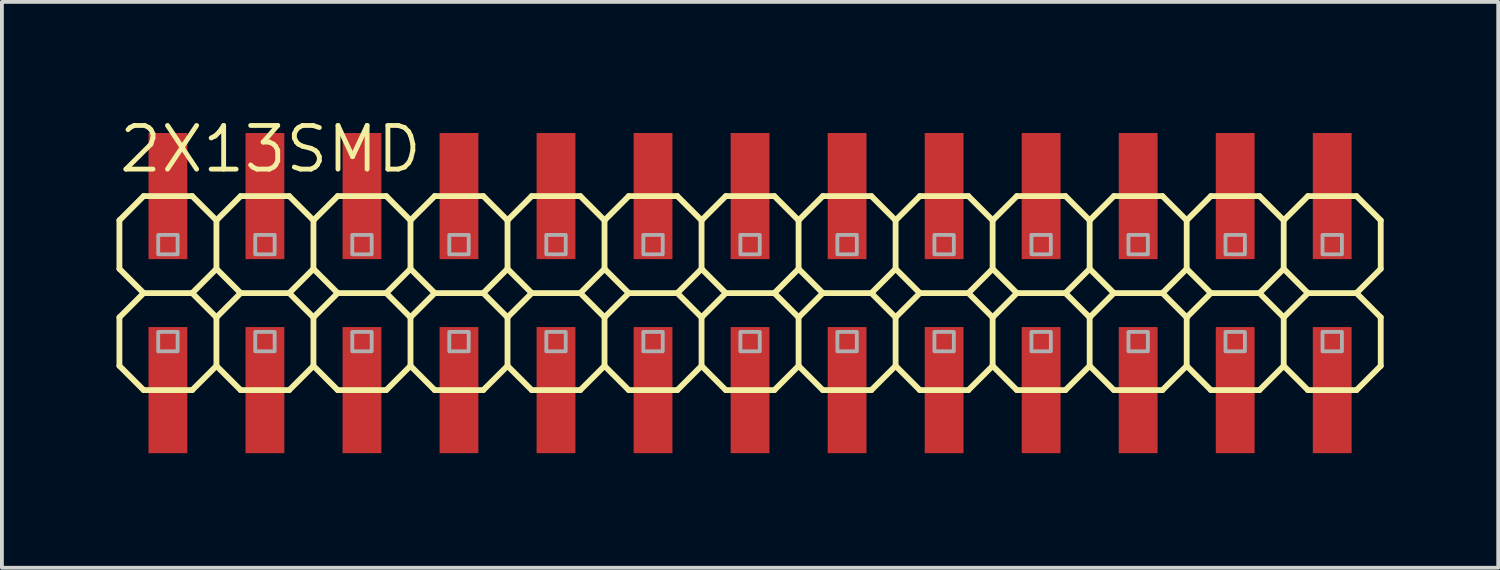
<source format=kicad_pcb>
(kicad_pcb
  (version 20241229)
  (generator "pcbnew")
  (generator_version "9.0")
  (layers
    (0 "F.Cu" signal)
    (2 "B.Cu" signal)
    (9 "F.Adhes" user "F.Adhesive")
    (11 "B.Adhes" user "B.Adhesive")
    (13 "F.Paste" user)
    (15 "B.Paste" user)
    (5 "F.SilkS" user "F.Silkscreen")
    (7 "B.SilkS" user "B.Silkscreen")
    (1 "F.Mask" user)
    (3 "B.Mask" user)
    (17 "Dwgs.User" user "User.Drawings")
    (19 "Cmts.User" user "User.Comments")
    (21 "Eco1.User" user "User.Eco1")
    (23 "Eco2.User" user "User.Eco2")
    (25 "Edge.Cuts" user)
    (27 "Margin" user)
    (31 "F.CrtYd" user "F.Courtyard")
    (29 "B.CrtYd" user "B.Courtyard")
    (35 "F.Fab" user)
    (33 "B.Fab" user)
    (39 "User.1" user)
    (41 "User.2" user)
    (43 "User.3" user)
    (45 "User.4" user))
  (footprint "2X13SMD"
    (layer "F.Cu")
    (at 2.616 3.353)
    (property "Reference" "2X13SMD" (at -2.616 -1.829 0) (layer "F.SilkS") (effects (font (size 1.143 1.143) (thickness 0.127)) (justify left bottom)))
    (fp_line (start -2.54 -0.635) (end -2.54 0.635) (stroke (width 0.152) (type solid)) (layer "F.SilkS"))
    (fp_line (start -2.54 0.635) (end -1.905 1.27) (stroke (width 0.152) (type solid)) (layer "F.SilkS"))
    (fp_line (start -2.54 1.905) (end -2.54 3.175) (stroke (width 0.152) (type solid)) (layer "F.SilkS"))
    (fp_line (start -2.54 3.175) (end -1.905 3.81) (stroke (width 0.152) (type solid)) (layer "F.SilkS"))
    (fp_line (start -1.905 -1.27) (end -2.54 -0.635) (stroke (width 0.152) (type solid)) (layer "F.SilkS"))
    (fp_line (start -1.905 -1.27) (end -0.635 -1.27) (stroke (width 0.152) (type solid)) (layer "F.SilkS"))
    (fp_line (start -1.905 1.27) (end -2.54 1.905) (stroke (width 0.152) (type solid)) (layer "F.SilkS"))
    (fp_line (start -0.635 -1.27) (end 0 -0.635) (stroke (width 0.152) (type solid)) (layer "F.SilkS"))
    (fp_line (start -0.635 1.27) (end -1.905 1.27) (stroke (width 0.152) (type solid)) (layer "F.SilkS"))
    (fp_line (start -0.635 1.27) (end 0 1.905) (stroke (width 0.152) (type solid)) (layer "F.SilkS"))
    (fp_line (start -0.635 3.81) (end -1.905 3.81) (stroke (width 0.152) (type solid)) (layer "F.SilkS"))
    (fp_line (start 0 -0.635) (end 0 0.635) (stroke (width 0.152) (type solid)) (layer "F.SilkS"))
    (fp_line (start 0 -0.635) (end 0.635 -1.27) (stroke (width 0.152) (type solid)) (layer "F.SilkS"))
    (fp_line (start 0 0.635) (end -0.635 1.27) (stroke (width 0.152) (type solid)) (layer "F.SilkS"))
    (fp_line (start 0 1.905) (end 0 3.175) (stroke (width 0.152) (type solid)) (layer "F.SilkS"))
    (fp_line (start 0 1.905) (end 0.635 1.27) (stroke (width 0.152) (type solid)) (layer "F.SilkS"))
    (fp_line (start 0 3.175) (end -0.635 3.81) (stroke (width 0.152) (type solid)) (layer "F.SilkS"))
    (fp_line (start 0.635 -1.27) (end 1.905 -1.27) (stroke (width 0.152) (type solid)) (layer "F.SilkS"))
    (fp_line (start 0.635 1.27) (end 0 0.635) (stroke (width 0.152) (type solid)) (layer "F.SilkS"))
    (fp_line (start 0.635 1.27) (end 1.905 1.27) (stroke (width 0.152) (type solid)) (layer "F.SilkS"))
    (fp_line (start 0.635 3.81) (end 0 3.175) (stroke (width 0.152) (type solid)) (layer "F.SilkS"))
    (fp_line (start 0.635 3.81) (end 1.905 3.81) (stroke (width 0.152) (type solid)) (layer "F.SilkS"))
    (fp_line (start 1.905 -1.27) (end 2.54 -0.635) (stroke (width 0.152) (type solid)) (layer "F.SilkS"))
    (fp_line (start 1.905 1.27) (end 2.54 1.905) (stroke (width 0.152) (type solid)) (layer "F.SilkS"))
    (fp_line (start 2.54 -0.635) (end 2.54 0.635) (stroke (width 0.152) (type solid)) (layer "F.SilkS"))
    (fp_line (start 2.54 -0.635) (end 3.175 -1.27) (stroke (width 0.152) (type solid)) (layer "F.SilkS"))
    (fp_line (start 2.54 0.635) (end 1.905 1.27) (stroke (width 0.152) (type solid)) (layer "F.SilkS"))
    (fp_line (start 2.54 1.905) (end 2.54 3.175) (stroke (width 0.152) (type solid)) (layer "F.SilkS"))
    (fp_line (start 2.54 1.905) (end 3.175 1.27) (stroke (width 0.152) (type solid)) (layer "F.SilkS"))
    (fp_line (start 2.54 3.175) (end 1.905 3.81) (stroke (width 0.152) (type solid)) (layer "F.SilkS"))
    (fp_line (start 3.175 -1.27) (end 4.445 -1.27) (stroke (width 0.152) (type solid)) (layer "F.SilkS"))
    (fp_line (start 3.175 1.27) (end 2.54 0.635) (stroke (width 0.152) (type solid)) (layer "F.SilkS"))
    (fp_line (start 3.175 1.27) (end 4.445 1.27) (stroke (width 0.152) (type solid)) (layer "F.SilkS"))
    (fp_line (start 3.175 3.81) (end 2.54 3.175) (stroke (width 0.152) (type solid)) (layer "F.SilkS"))
    (fp_line (start 3.175 3.81) (end 4.445 3.81) (stroke (width 0.152) (type solid)) (layer "F.SilkS"))
    (fp_line (start 4.445 -1.27) (end 5.08 -0.635) (stroke (width 0.152) (type solid)) (layer "F.SilkS"))
    (fp_line (start 4.445 1.27) (end 5.08 1.905) (stroke (width 0.152) (type solid)) (layer "F.SilkS"))
    (fp_line (start 5.08 -0.635) (end 5.08 0.635) (stroke (width 0.152) (type solid)) (layer "F.SilkS"))
    (fp_line (start 5.08 -0.635) (end 5.715 -1.27) (stroke (width 0.152) (type solid)) (layer "F.SilkS"))
    (fp_line (start 5.08 0.635) (end 4.445 1.27) (stroke (width 0.152) (type solid)) (layer "F.SilkS"))
    (fp_line (start 5.08 1.905) (end 5.08 3.175) (stroke (width 0.152) (type solid)) (layer "F.SilkS"))
    (fp_line (start 5.08 1.905) (end 5.715 1.27) (stroke (width 0.152) (type solid)) (layer "F.SilkS"))
    (fp_line (start 5.08 3.175) (end 4.445 3.81) (stroke (width 0.152) (type solid)) (layer "F.SilkS"))
    (fp_line (start 5.715 -1.27) (end 6.985 -1.27) (stroke (width 0.152) (type solid)) (layer "F.SilkS"))
    (fp_line (start 5.715 1.27) (end 5.08 0.635) (stroke (width 0.152) (type solid)) (layer "F.SilkS"))
    (fp_line (start 5.715 1.27) (end 6.985 1.27) (stroke (width 0.152) (type solid)) (layer "F.SilkS"))
    (fp_line (start 5.715 3.81) (end 5.08 3.175) (stroke (width 0.152) (type solid)) (layer "F.SilkS"))
    (fp_line (start 5.715 3.81) (end 6.985 3.81) (stroke (width 0.152) (type solid)) (layer "F.SilkS"))
    (fp_line (start 6.985 -1.27) (end 7.62 -0.635) (stroke (width 0.152) (type solid)) (layer "F.SilkS"))
    (fp_line (start 6.985 1.27) (end 7.62 1.905) (stroke (width 0.152) (type solid)) (layer "F.SilkS"))
    (fp_line (start 7.62 -0.635) (end 7.62 0.635) (stroke (width 0.152) (type solid)) (layer "F.SilkS"))
    (fp_line (start 7.62 -0.635) (end 8.255 -1.27) (stroke (width 0.152) (type solid)) (layer "F.SilkS"))
    (fp_line (start 7.62 0.635) (end 6.985 1.27) (stroke (width 0.152) (type solid)) (layer "F.SilkS"))
    (fp_line (start 7.62 1.905) (end 7.62 3.175) (stroke (width 0.152) (type solid)) (layer "F.SilkS"))
    (fp_line (start 7.62 1.905) (end 8.255 1.27) (stroke (width 0.152) (type solid)) (layer "F.SilkS"))
    (fp_line (start 7.62 3.175) (end 6.985 3.81) (stroke (width 0.152) (type solid)) (layer "F.SilkS"))
    (fp_line (start 8.255 -1.27) (end 9.525 -1.27) (stroke (width 0.152) (type solid)) (layer "F.SilkS"))
    (fp_line (start 8.255 1.27) (end 7.62 0.635) (stroke (width 0.152) (type solid)) (layer "F.SilkS"))
    (fp_line (start 8.255 1.27) (end 9.525 1.27) (stroke (width 0.152) (type solid)) (layer "F.SilkS"))
    (fp_line (start 8.255 3.81) (end 7.62 3.175) (stroke (width 0.152) (type solid)) (layer "F.SilkS"))
    (fp_line (start 8.255 3.81) (end 9.525 3.81) (stroke (width 0.152) (type solid)) (layer "F.SilkS"))
    (fp_line (start 9.525 -1.27) (end 10.16 -0.635) (stroke (width 0.152) (type solid)) (layer "F.SilkS"))
    (fp_line (start 9.525 1.27) (end 10.16 1.905) (stroke (width 0.152) (type solid)) (layer "F.SilkS"))
    (fp_line (start 10.16 -0.635) (end 10.16 0.635) (stroke (width 0.152) (type solid)) (layer "F.SilkS"))
    (fp_line (start 10.16 -0.635) (end 10.795 -1.27) (stroke (width 0.152) (type solid)) (layer "F.SilkS"))
    (fp_line (start 10.16 0.635) (end 9.525 1.27) (stroke (width 0.152) (type solid)) (layer "F.SilkS"))
    (fp_line (start 10.16 1.905) (end 10.16 3.175) (stroke (width 0.152) (type solid)) (layer "F.SilkS"))
    (fp_line (start 10.16 1.905) (end 10.795 1.27) (stroke (width 0.152) (type solid)) (layer "F.SilkS"))
    (fp_line (start 10.16 3.175) (end 9.525 3.81) (stroke (width 0.152) (type solid)) (layer "F.SilkS"))
    (fp_line (start 10.795 1.27) (end 10.16 0.635) (stroke (width 0.152) (type solid)) (layer "F.SilkS"))
    (fp_line (start 10.795 1.27) (end 12.065 1.27) (stroke (width 0.152) (type solid)) (layer "F.SilkS"))
    (fp_line (start 10.795 3.81) (end 10.16 3.175) (stroke (width 0.152) (type solid)) (layer "F.SilkS"))
    (fp_line (start 10.795 3.81) (end 12.065 3.81) (stroke (width 0.152) (type solid)) (layer "F.SilkS"))
    (fp_line (start 12.065 -1.27) (end 10.795 -1.27) (stroke (width 0.152) (type solid)) (layer "F.SilkS"))
    (fp_line (start 12.065 -1.27) (end 12.7 -0.635) (stroke (width 0.152) (type solid)) (layer "F.SilkS"))
    (fp_line (start 12.065 1.27) (end 12.7 1.905) (stroke (width 0.152) (type solid)) (layer "F.SilkS"))
    (fp_line (start 12.7 -0.635) (end 12.7 0.635) (stroke (width 0.152) (type solid)) (layer "F.SilkS"))
    (fp_line (start 12.7 -0.635) (end 13.335 -1.27) (stroke (width 0.152) (type solid)) (layer "F.SilkS"))
    (fp_line (start 12.7 0.635) (end 12.065 1.27) (stroke (width 0.152) (type solid)) (layer "F.SilkS"))
    (fp_line (start 12.7 1.905) (end 12.7 3.175) (stroke (width 0.152) (type solid)) (layer "F.SilkS"))
    (fp_line (start 12.7 1.905) (end 13.335 1.27) (stroke (width 0.152) (type solid)) (layer "F.SilkS"))
    (fp_line (start 12.7 3.175) (end 12.065 3.81) (stroke (width 0.152) (type solid)) (layer "F.SilkS"))
    (fp_line (start 13.335 1.27) (end 12.7 0.635) (stroke (width 0.152) (type solid)) (layer "F.SilkS"))
    (fp_line (start 13.335 1.27) (end 14.605 1.27) (stroke (width 0.152) (type solid)) (layer "F.SilkS"))
    (fp_line (start 13.335 3.81) (end 12.7 3.175) (stroke (width 0.152) (type solid)) (layer "F.SilkS"))
    (fp_line (start 13.335 3.81) (end 14.605 3.81) (stroke (width 0.152) (type solid)) (layer "F.SilkS"))
    (fp_line (start 14.605 -1.27) (end 13.335 -1.27) (stroke (width 0.152) (type solid)) (layer "F.SilkS"))
    (fp_line (start 14.605 -1.27) (end 15.24 -0.635) (stroke (width 0.152) (type solid)) (layer "F.SilkS"))
    (fp_line (start 14.605 1.27) (end 15.24 1.905) (stroke (width 0.152) (type solid)) (layer "F.SilkS"))
    (fp_line (start 15.24 -0.635) (end 15.24 0.635) (stroke (width 0.152) (type solid)) (layer "F.SilkS"))
    (fp_line (start 15.24 -0.635) (end 15.875 -1.27) (stroke (width 0.152) (type solid)) (layer "F.SilkS"))
    (fp_line (start 15.24 0.635) (end 14.605 1.27) (stroke (width 0.152) (type solid)) (layer "F.SilkS"))
    (fp_line (start 15.24 1.905) (end 15.24 3.175) (stroke (width 0.152) (type solid)) (layer "F.SilkS"))
    (fp_line (start 15.24 1.905) (end 15.875 1.27) (stroke (width 0.152) (type solid)) (layer "F.SilkS"))
    (fp_line (start 15.24 3.175) (end 14.605 3.81) (stroke (width 0.152) (type solid)) (layer "F.SilkS"))
    (fp_line (start 15.875 1.27) (end 15.24 0.635) (stroke (width 0.152) (type solid)) (layer "F.SilkS"))
    (fp_line (start 15.875 1.27) (end 17.145 1.27) (stroke (width 0.152) (type solid)) (layer "F.SilkS"))
    (fp_line (start 15.875 3.81) (end 15.24 3.175) (stroke (width 0.152) (type solid)) (layer "F.SilkS"))
    (fp_line (start 15.875 3.81) (end 17.145 3.81) (stroke (width 0.152) (type solid)) (layer "F.SilkS"))
    (fp_line (start 17.145 -1.27) (end 15.875 -1.27) (stroke (width 0.152) (type solid)) (layer "F.SilkS"))
    (fp_line (start 17.145 -1.27) (end 17.78 -0.635) (stroke (width 0.152) (type solid)) (layer "F.SilkS"))
    (fp_line (start 17.145 1.27) (end 17.78 1.905) (stroke (width 0.152) (type solid)) (layer "F.SilkS"))
    (fp_line (start 17.78 -0.635) (end 17.78 0.635) (stroke (width 0.152) (type solid)) (layer "F.SilkS"))
    (fp_line (start 17.78 -0.635) (end 18.415 -1.27) (stroke (width 0.152) (type solid)) (layer "F.SilkS"))
    (fp_line (start 17.78 0.635) (end 17.145 1.27) (stroke (width 0.152) (type solid)) (layer "F.SilkS"))
    (fp_line (start 17.78 1.905) (end 17.78 3.175) (stroke (width 0.152) (type solid)) (layer "F.SilkS"))
    (fp_line (start 17.78 1.905) (end 18.415 1.27) (stroke (width 0.152) (type solid)) (layer "F.SilkS"))
    (fp_line (start 17.78 3.175) (end 17.145 3.81) (stroke (width 0.152) (type solid)) (layer "F.SilkS"))
    (fp_line (start 18.415 1.27) (end 17.78 0.635) (stroke (width 0.152) (type solid)) (layer "F.SilkS"))
    (fp_line (start 18.415 1.27) (end 19.685 1.27) (stroke (width 0.152) (type solid)) (layer "F.SilkS"))
    (fp_line (start 18.415 3.81) (end 17.78 3.175) (stroke (width 0.152) (type solid)) (layer "F.SilkS"))
    (fp_line (start 18.415 3.81) (end 19.685 3.81) (stroke (width 0.152) (type solid)) (layer "F.SilkS"))
    (fp_line (start 19.685 -1.27) (end 18.415 -1.27) (stroke (width 0.152) (type solid)) (layer "F.SilkS"))
    (fp_line (start 19.685 -1.27) (end 20.32 -0.635) (stroke (width 0.152) (type solid)) (layer "F.SilkS"))
    (fp_line (start 19.685 1.27) (end 20.32 1.905) (stroke (width 0.152) (type solid)) (layer "F.SilkS"))
    (fp_line (start 20.32 -0.635) (end 20.32 0.635) (stroke (width 0.152) (type solid)) (layer "F.SilkS"))
    (fp_line (start 20.32 -0.635) (end 20.955 -1.27) (stroke (width 0.152) (type solid)) (layer "F.SilkS"))
    (fp_line (start 20.32 0.635) (end 19.685 1.27) (stroke (width 0.152) (type solid)) (layer "F.SilkS"))
    (fp_line (start 20.32 1.905) (end 20.32 3.175) (stroke (width 0.152) (type solid)) (layer "F.SilkS"))
    (fp_line (start 20.32 1.905) (end 20.955 1.27) (stroke (width 0.152) (type solid)) (layer "F.SilkS"))
    (fp_line (start 20.32 3.175) (end 19.685 3.81) (stroke (width 0.152) (type solid)) (layer "F.SilkS"))
    (fp_line (start 20.955 1.27) (end 20.32 0.635) (stroke (width 0.152) (type solid)) (layer "F.SilkS"))
    (fp_line (start 20.955 1.27) (end 22.225 1.27) (stroke (width 0.152) (type solid)) (layer "F.SilkS"))
    (fp_line (start 20.955 3.81) (end 20.32 3.175) (stroke (width 0.152) (type solid)) (layer "F.SilkS"))
    (fp_line (start 20.955 3.81) (end 22.225 3.81) (stroke (width 0.152) (type solid)) (layer "F.SilkS"))
    (fp_line (start 22.225 -1.27) (end 20.955 -1.27) (stroke (width 0.152) (type solid)) (layer "F.SilkS"))
    (fp_line (start 22.225 -1.27) (end 22.86 -0.635) (stroke (width 0.152) (type solid)) (layer "F.SilkS"))
    (fp_line (start 22.225 1.27) (end 22.86 1.905) (stroke (width 0.152) (type solid)) (layer "F.SilkS"))
    (fp_line (start 22.86 -0.635) (end 22.86 0.635) (stroke (width 0.152) (type solid)) (layer "F.SilkS"))
    (fp_line (start 22.86 -0.635) (end 23.495 -1.27) (stroke (width 0.152) (type solid)) (layer "F.SilkS"))
    (fp_line (start 22.86 0.635) (end 22.225 1.27) (stroke (width 0.152) (type solid)) (layer "F.SilkS"))
    (fp_line (start 22.86 1.905) (end 22.86 3.175) (stroke (width 0.152) (type solid)) (layer "F.SilkS"))
    (fp_line (start 22.86 1.905) (end 23.495 1.27) (stroke (width 0.152) (type solid)) (layer "F.SilkS"))
    (fp_line (start 22.86 3.175) (end 22.225 3.81) (stroke (width 0.152) (type solid)) (layer "F.SilkS"))
    (fp_line (start 23.495 -1.27) (end 24.765 -1.27) (stroke (width 0.152) (type solid)) (layer "F.SilkS"))
    (fp_line (start 23.495 1.27) (end 22.86 0.635) (stroke (width 0.152) (type solid)) (layer "F.SilkS"))
    (fp_line (start 23.495 1.27) (end 24.765 1.27) (stroke (width 0.152) (type solid)) (layer "F.SilkS"))
    (fp_line (start 23.495 3.81) (end 22.86 3.175) (stroke (width 0.152) (type solid)) (layer "F.SilkS"))
    (fp_line (start 23.495 3.81) (end 24.765 3.81) (stroke (width 0.152) (type solid)) (layer "F.SilkS"))
    (fp_line (start 24.765 -1.27) (end 25.4 -0.635) (stroke (width 0.152) (type solid)) (layer "F.SilkS"))
    (fp_line (start 24.765 1.27) (end 25.4 1.905) (stroke (width 0.152) (type solid)) (layer "F.SilkS"))
    (fp_line (start 25.4 -0.635) (end 25.4 0.635) (stroke (width 0.152) (type solid)) (layer "F.SilkS"))
    (fp_line (start 25.4 -0.635) (end 26.035 -1.27) (stroke (width 0.152) (type solid)) (layer "F.SilkS"))
    (fp_line (start 25.4 0.635) (end 24.765 1.27) (stroke (width 0.152) (type solid)) (layer "F.SilkS"))
    (fp_line (start 25.4 1.905) (end 25.4 3.175) (stroke (width 0.152) (type solid)) (layer "F.SilkS"))
    (fp_line (start 25.4 1.905) (end 26.035 1.27) (stroke (width 0.152) (type solid)) (layer "F.SilkS"))
    (fp_line (start 25.4 3.175) (end 24.765 3.81) (stroke (width 0.152) (type solid)) (layer "F.SilkS"))
    (fp_line (start 26.035 -1.27) (end 27.305 -1.27) (stroke (width 0.152) (type solid)) (layer "F.SilkS"))
    (fp_line (start 26.035 1.27) (end 25.4 0.635) (stroke (width 0.152) (type solid)) (layer "F.SilkS"))
    (fp_line (start 26.035 1.27) (end 27.305 1.27) (stroke (width 0.152) (type solid)) (layer "F.SilkS"))
    (fp_line (start 26.035 3.81) (end 25.4 3.175) (stroke (width 0.152) (type solid)) (layer "F.SilkS"))
    (fp_line (start 26.035 3.81) (end 27.305 3.81) (stroke (width 0.152) (type solid)) (layer "F.SilkS"))
    (fp_line (start 27.305 -1.27) (end 27.94 -0.635) (stroke (width 0.152) (type solid)) (layer "F.SilkS"))
    (fp_line (start 27.305 1.27) (end 27.94 1.905) (stroke (width 0.152) (type solid)) (layer "F.SilkS"))
    (fp_line (start 27.94 -0.635) (end 27.94 0.635) (stroke (width 0.152) (type solid)) (layer "F.SilkS"))
    (fp_line (start 27.94 -0.635) (end 28.575 -1.27) (stroke (width 0.152) (type solid)) (layer "F.SilkS"))
    (fp_line (start 27.94 0.635) (end 27.305 1.27) (stroke (width 0.152) (type solid)) (layer "F.SilkS"))
    (fp_line (start 27.94 1.905) (end 27.94 3.175) (stroke (width 0.152) (type solid)) (layer "F.SilkS"))
    (fp_line (start 27.94 1.905) (end 28.575 1.27) (stroke (width 0.152) (type solid)) (layer "F.SilkS"))
    (fp_line (start 27.94 3.175) (end 27.305 3.81) (stroke (width 0.152) (type solid)) (layer "F.SilkS"))
    (fp_line (start 28.575 -1.27) (end 29.845 -1.27) (stroke (width 0.152) (type solid)) (layer "F.SilkS"))
    (fp_line (start 28.575 1.27) (end 27.94 0.635) (stroke (width 0.152) (type solid)) (layer "F.SilkS"))
    (fp_line (start 28.575 1.27) (end 29.845 1.27) (stroke (width 0.152) (type solid)) (layer "F.SilkS"))
    (fp_line (start 28.575 3.81) (end 27.94 3.175) (stroke (width 0.152) (type solid)) (layer "F.SilkS"))
    (fp_line (start 28.575 3.81) (end 29.845 3.81) (stroke (width 0.152) (type solid)) (layer "F.SilkS"))
    (fp_line (start 29.845 -1.27) (end 30.48 -0.635) (stroke (width 0.152) (type solid)) (layer "F.SilkS"))
    (fp_line (start 29.845 1.27) (end 30.48 1.905) (stroke (width 0.152) (type solid)) (layer "F.SilkS"))
    (fp_line (start 30.48 -0.635) (end 30.48 0.635) (stroke (width 0.152) (type solid)) (layer "F.SilkS"))
    (fp_line (start 30.48 0.635) (end 29.845 1.27) (stroke (width 0.152) (type solid)) (layer "F.SilkS"))
    (fp_line (start 30.48 1.905) (end 30.48 3.175) (stroke (width 0.152) (type solid)) (layer "F.SilkS"))
    (fp_line (start 30.48 3.175) (end 29.845 3.81) (stroke (width 0.152) (type solid)) (layer "F.SilkS"))
    (fp_poly (pts (xy -1.524 0.254) (xy -1.016 0.254) (xy -1.016 -0.254) (xy -1.524 -0.254)) (stroke (width 0.1) (type default)) (fill no) (layer "F.Fab"))
    (fp_poly (pts (xy -1.524 2.794) (xy -1.016 2.794) (xy -1.016 2.286) (xy -1.524 2.286)) (stroke (width 0.1) (type default)) (fill no) (layer "F.Fab"))
    (fp_poly (pts (xy 1.016 0.254) (xy 1.524 0.254) (xy 1.524 -0.254) (xy 1.016 -0.254)) (stroke (width 0.1) (type default)) (fill no) (layer "F.Fab"))
    (fp_poly (pts (xy 1.016 2.794) (xy 1.524 2.794) (xy 1.524 2.286) (xy 1.016 2.286)) (stroke (width 0.1) (type default)) (fill no) (layer "F.Fab"))
    (fp_poly (pts (xy 3.556 0.254) (xy 4.064 0.254) (xy 4.064 -0.254) (xy 3.556 -0.254)) (stroke (width 0.1) (type default)) (fill no) (layer "F.Fab"))
    (fp_poly (pts (xy 3.556 2.794) (xy 4.064 2.794) (xy 4.064 2.286) (xy 3.556 2.286)) (stroke (width 0.1) (type default)) (fill no) (layer "F.Fab"))
    (fp_poly (pts (xy 6.096 0.254) (xy 6.604 0.254) (xy 6.604 -0.254) (xy 6.096 -0.254)) (stroke (width 0.1) (type default)) (fill no) (layer "F.Fab"))
    (fp_poly (pts (xy 6.096 2.794) (xy 6.604 2.794) (xy 6.604 2.286) (xy 6.096 2.286)) (stroke (width 0.1) (type default)) (fill no) (layer "F.Fab"))
    (fp_poly (pts (xy 8.636 0.254) (xy 9.144 0.254) (xy 9.144 -0.254) (xy 8.636 -0.254)) (stroke (width 0.1) (type default)) (fill no) (layer "F.Fab"))
    (fp_poly (pts (xy 8.636 2.794) (xy 9.144 2.794) (xy 9.144 2.286) (xy 8.636 2.286)) (stroke (width 0.1) (type default)) (fill no) (layer "F.Fab"))
    (fp_poly (pts (xy 11.176 0.254) (xy 11.684 0.254) (xy 11.684 -0.254) (xy 11.176 -0.254)) (stroke (width 0.1) (type default)) (fill no) (layer "F.Fab"))
    (fp_poly (pts (xy 11.176 2.794) (xy 11.684 2.794) (xy 11.684 2.286) (xy 11.176 2.286)) (stroke (width 0.1) (type default)) (fill no) (layer "F.Fab"))
    (fp_poly (pts (xy 13.716 0.254) (xy 14.224 0.254) (xy 14.224 -0.254) (xy 13.716 -0.254)) (stroke (width 0.1) (type default)) (fill no) (layer "F.Fab"))
    (fp_poly (pts (xy 13.716 2.794) (xy 14.224 2.794) (xy 14.224 2.286) (xy 13.716 2.286)) (stroke (width 0.1) (type default)) (fill no) (layer "F.Fab"))
    (fp_poly (pts (xy 16.256 0.254) (xy 16.764 0.254) (xy 16.764 -0.254) (xy 16.256 -0.254)) (stroke (width 0.1) (type default)) (fill no) (layer "F.Fab"))
    (fp_poly (pts (xy 16.256 2.794) (xy 16.764 2.794) (xy 16.764 2.286) (xy 16.256 2.286)) (stroke (width 0.1) (type default)) (fill no) (layer "F.Fab"))
    (fp_poly (pts (xy 18.796 0.254) (xy 19.304 0.254) (xy 19.304 -0.254) (xy 18.796 -0.254)) (stroke (width 0.1) (type default)) (fill no) (layer "F.Fab"))
    (fp_poly (pts (xy 18.796 2.794) (xy 19.304 2.794) (xy 19.304 2.286) (xy 18.796 2.286)) (stroke (width 0.1) (type default)) (fill no) (layer "F.Fab"))
    (fp_poly (pts (xy 21.336 0.254) (xy 21.844 0.254) (xy 21.844 -0.254) (xy 21.336 -0.254)) (stroke (width 0.1) (type default)) (fill no) (layer "F.Fab"))
    (fp_poly (pts (xy 21.336 2.794) (xy 21.844 2.794) (xy 21.844 2.286) (xy 21.336 2.286)) (stroke (width 0.1) (type default)) (fill no) (layer "F.Fab"))
    (fp_poly (pts (xy 23.876 0.254) (xy 24.384 0.254) (xy 24.384 -0.254) (xy 23.876 -0.254)) (stroke (width 0.1) (type default)) (fill no) (layer "F.Fab"))
    (fp_poly (pts (xy 23.876 2.794) (xy 24.384 2.794) (xy 24.384 2.286) (xy 23.876 2.286)) (stroke (width 0.1) (type default)) (fill no) (layer "F.Fab"))
    (fp_poly (pts (xy 26.416 0.254) (xy 26.924 0.254) (xy 26.924 -0.254) (xy 26.416 -0.254)) (stroke (width 0.1) (type default)) (fill no) (layer "F.Fab"))
    (fp_poly (pts (xy 26.416 2.794) (xy 26.924 2.794) (xy 26.924 2.286) (xy 26.416 2.286)) (stroke (width 0.1) (type default)) (fill no) (layer "F.Fab"))
    (fp_poly (pts (xy 28.956 0.254) (xy 29.464 0.254) (xy 29.464 -0.254) (xy 28.956 -0.254)) (stroke (width 0.1) (type default)) (fill no) (layer "F.Fab"))
    (fp_poly (pts (xy 28.956 2.794) (xy 29.464 2.794) (xy 29.464 2.286) (xy 28.956 2.286)) (stroke (width 0.1) (type default)) (fill no) (layer "F.Fab"))
    (pad "1" smd rect (at -1.27 3.81 270) (size 3.302 1.016) (layers "F.Cu" "F.Mask" "F.Paste"))
    (pad "2" smd rect (at -1.27 -1.27 90) (size 3.302 1.016) (layers "F.Cu" "F.Mask" "F.Paste"))
    (pad "3" smd rect (at 1.27 3.81 270) (size 3.302 1.016) (layers "F.Cu" "F.Mask" "F.Paste"))
    (pad "4" smd rect (at 1.27 -1.27 270) (size 3.302 1.016) (layers "F.Cu" "F.Mask" "F.Paste"))
    (pad "5" smd rect (at 3.81 3.81 270) (size 3.302 1.016) (layers "F.Cu" "F.Mask" "F.Paste"))
    (pad "6" smd rect (at 3.81 -1.27 270) (size 3.302 1.016) (layers "F.Cu" "F.Mask" "F.Paste"))
    (pad "7" smd rect (at 6.35 3.81 270) (size 3.302 1.016) (layers "F.Cu" "F.Mask" "F.Paste"))
    (pad "8" smd rect (at 6.35 -1.27 270) (size 3.302 1.016) (layers "F.Cu" "F.Mask" "F.Paste"))
    (pad "9" smd rect (at 8.89 3.81 270) (size 3.302 1.016) (layers "F.Cu" "F.Mask" "F.Paste"))
    (pad "10" smd rect (at 8.89 -1.27 270) (size 3.302 1.016) (layers "F.Cu" "F.Mask" "F.Paste"))
    (pad "11" smd rect (at 11.43 3.81 270) (size 3.302 1.016) (layers "F.Cu" "F.Mask" "F.Paste"))
    (pad "12" smd rect (at 11.43 -1.27 270) (size 3.302 1.016) (layers "F.Cu" "F.Mask" "F.Paste"))
    (pad "13" smd rect (at 13.97 3.81 270) (size 3.302 1.016) (layers "F.Cu" "F.Mask" "F.Paste"))
    (pad "14" smd rect (at 13.97 -1.27 270) (size 3.302 1.016) (layers "F.Cu" "F.Mask" "F.Paste"))
    (pad "15" smd rect (at 16.51 3.81 270) (size 3.302 1.016) (layers "F.Cu" "F.Mask" "F.Paste"))
    (pad "16" smd rect (at 16.51 -1.27 270) (size 3.302 1.016) (layers "F.Cu" "F.Mask" "F.Paste"))
    (pad "17" smd rect (at 19.05 3.81 270) (size 3.302 1.016) (layers "F.Cu" "F.Mask" "F.Paste"))
    (pad "18" smd rect (at 19.05 -1.27 270) (size 3.302 1.016) (layers "F.Cu" "F.Mask" "F.Paste"))
    (pad "19" smd rect (at 21.59 3.81 270) (size 3.302 1.016) (layers "F.Cu" "F.Mask" "F.Paste"))
    (pad "20" smd rect (at 21.59 -1.27 270) (size 3.302 1.016) (layers "F.Cu" "F.Mask" "F.Paste"))
    (pad "21" smd rect (at 24.13 3.81 270) (size 3.302 1.016) (layers "F.Cu" "F.Mask" "F.Paste"))
    (pad "22" smd rect (at 24.13 -1.27 270) (size 3.302 1.016) (layers "F.Cu" "F.Mask" "F.Paste"))
    (pad "23" smd rect (at 26.67 3.81 270) (size 3.302 1.016) (layers "F.Cu" "F.Mask" "F.Paste"))
    (pad "24" smd rect (at 26.67 -1.27 270) (size 3.302 1.016) (layers "F.Cu" "F.Mask" "F.Paste"))
    (pad "25" smd rect (at 29.21 3.81 270) (size 3.302 1.016) (layers "F.Cu" "F.Mask" "F.Paste"))
    (pad "26" smd rect (at 29.21 -1.27 270) (size 3.302 1.016) (layers "F.Cu" "F.Mask" "F.Paste")))
  (gr_rect
    (start -3 -3)
    (end 36.172 11.814)
    (stroke (width 0.1) (type default))
    (fill no)
    (layer "Edge.Cuts")))
</source>
